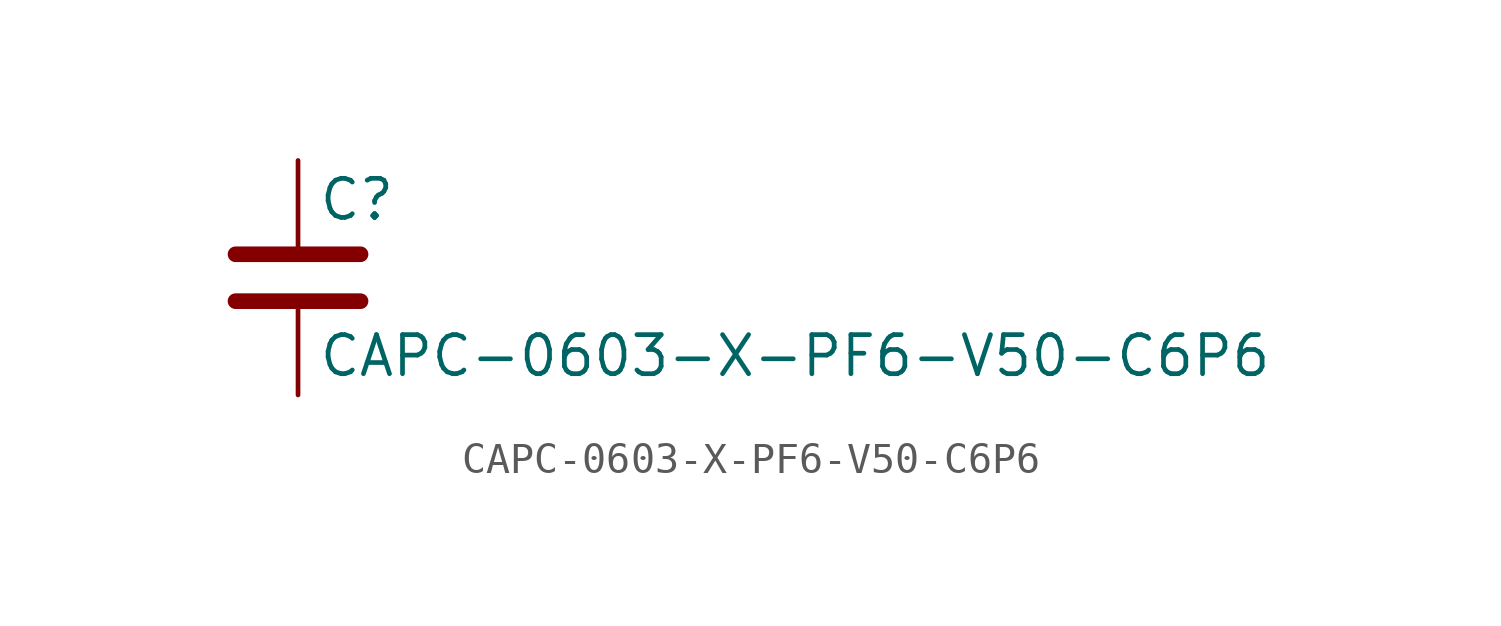
<source format=kicad_sym>
(kicad_symbol_lib
  (version 20211014)
  (generator kicad_symbol_editor)
  (symbol "CAPC-0603-X-PF6-V50-C6P6"
    (pin_numbers hide)
    (pin_names
      (offset 0.254))
    (property "Reference" "C"
      (at 0.635 2.54 0)
      (effects (font (size 1.27 1.27)) (justify left)))
    (property "Value" "CAPC-0603-X-PF6-V50-C6P6"
      (at 0.635 -2.54 0)
      (effects (font (size 1.27 1.27)) (justify left)))
    (symbol "CAPC-0603-X-PF6-V50-C6P6_0_1"
      (polyline (pts (xy -2.032 -0.762) (xy 2.032 -0.762)) (stroke (width 0.508) (type default) (color 0 0 0 0)) (fill (type none)))
      (polyline (pts (xy -2.032 0.762) (xy 2.032 0.762)) (stroke (width 0.508) (type default) (color 0 0 0 0)) (fill (type none))))
    (symbol "CAPC-0603-X-PF6-V50-C6P6_1_1"
      (pin passive line (at 0 3.81 270) (length 2.794) (name "~" (effects (font (size 1.27 1.27)))) (number "1" (effects (font (size 1.27 1.27)))))
      (pin passive line (at 0 -3.81 90) (length 2.794) (name "~" (effects (font (size 1.27 1.27)))) (number "2" (effects (font (size 1.27 1.27))))))))
</source>
